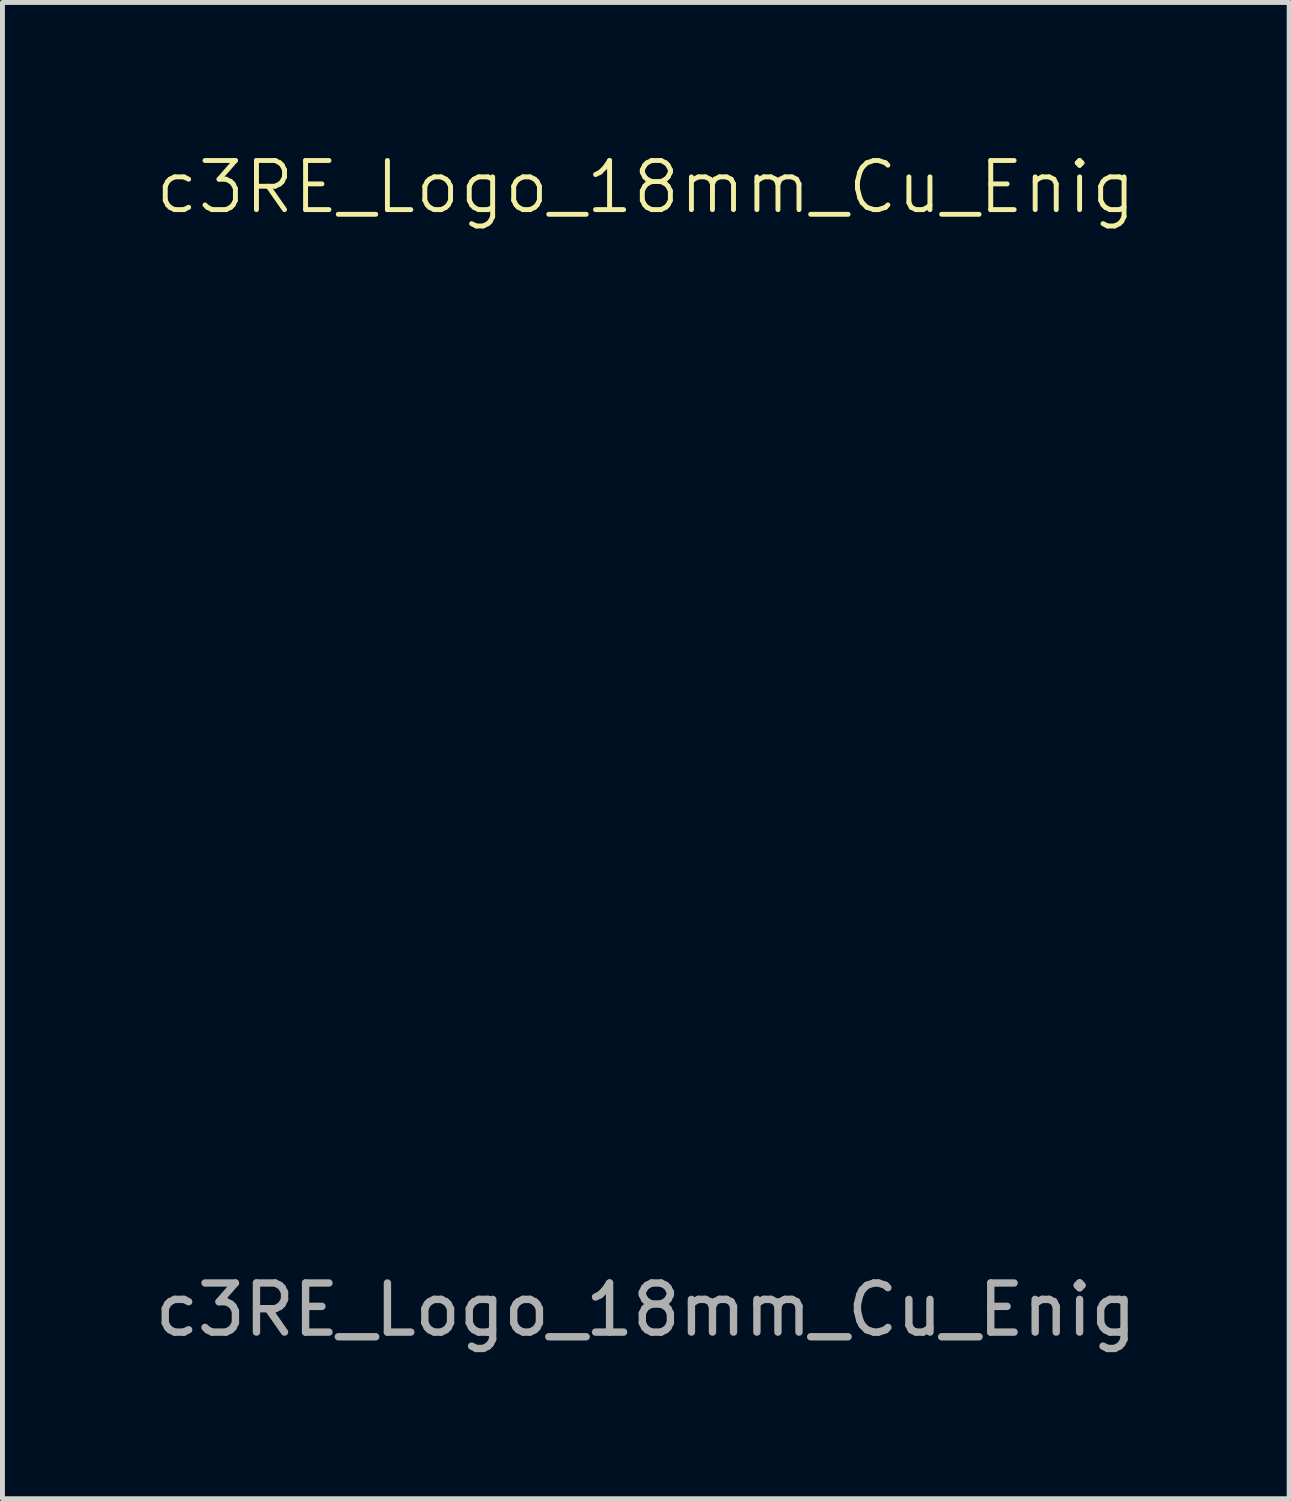
<source format=kicad_pcb>
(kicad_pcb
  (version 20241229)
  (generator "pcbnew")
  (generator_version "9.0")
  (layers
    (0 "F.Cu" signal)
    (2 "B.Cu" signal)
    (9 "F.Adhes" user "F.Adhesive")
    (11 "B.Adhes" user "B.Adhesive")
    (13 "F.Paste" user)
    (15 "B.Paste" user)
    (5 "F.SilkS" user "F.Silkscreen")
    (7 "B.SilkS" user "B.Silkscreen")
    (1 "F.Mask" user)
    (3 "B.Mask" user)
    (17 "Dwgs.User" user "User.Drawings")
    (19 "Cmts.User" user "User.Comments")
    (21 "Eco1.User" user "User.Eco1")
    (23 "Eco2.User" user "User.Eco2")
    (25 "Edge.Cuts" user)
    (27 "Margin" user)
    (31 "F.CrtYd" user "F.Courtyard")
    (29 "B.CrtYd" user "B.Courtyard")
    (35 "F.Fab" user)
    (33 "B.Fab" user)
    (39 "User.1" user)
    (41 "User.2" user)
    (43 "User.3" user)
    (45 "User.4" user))
  (footprint "c3RE_Logo_18mm_Cu_Enig"
    (layer "F.Cu")
    (at 10.101 10.921)
    (property "Reference" "c3RE_Logo_18mm_Cu_Enig" (at 0 -10.16 0) (unlocked yes) (layer "F.SilkS") (effects (font (size 1 1) (thickness 0.1))))
    (attr smd)
    (fp_poly (pts (xy 5.206 0.853) (xy 5.2 0.943) (xy 5.151 1.101) (xy 5.064 1.298) (xy 4.953 1.509) (xy 4.832 1.707) (xy 4.715 1.865) (xy 4.711 1.869) (xy 4.411 2.164) (xy 4.09 2.38) (xy 3.74 2.518) (xy 3.356 2.581) (xy 3.197 2.587) (xy 3.019 2.581) (xy 2.902 2.562) (xy 2.82 2.523) (xy 2.793 2.502) (xy 2.727 2.44) (xy 2.723 2.4) (xy 2.772 2.356) (xy 2.851 2.319) (xy 2.987 2.28) (xy 3.152 2.246) (xy 3.174 2.242) (xy 3.569 2.136) (xy 3.951 1.949) (xy 4.316 1.684) (xy 4.658 1.346) (xy 4.904 1.036) (xy 5.017 0.897) (xy 5.11 0.819) (xy 5.175 0.803)) (stroke (width 0) (type solid)) (fill yes) (layer "F.Mask"))
    (fp_poly (pts (xy 5.369 1.352) (xy 5.411 1.451) (xy 5.419 1.588) (xy 5.416 1.614) (xy 5.352 1.859) (xy 5.232 2.126) (xy 5.07 2.392) (xy 4.882 2.635) (xy 4.683 2.829) (xy 4.58 2.904) (xy 4.365 3.011) (xy 4.125 3.084) (xy 3.892 3.116) (xy 3.732 3.107) (xy 3.602 3.061) (xy 3.529 2.99) (xy 3.52 2.95) (xy 3.557 2.916) (xy 3.657 2.869) (xy 3.8 2.818) (xy 3.834 2.808) (xy 4.057 2.722) (xy 4.265 2.595) (xy 4.466 2.419) (xy 4.673 2.184) (xy 4.894 1.881) (xy 4.96 1.783) (xy 5.077 1.61) (xy 5.178 1.465) (xy 5.255 1.363) (xy 5.297 1.316) (xy 5.301 1.315)) (stroke (width 0) (type solid)) (fill yes) (layer "F.Mask"))
    (fp_poly (pts (xy 4.58 3.193) (xy 4.654 3.423) (xy 4.703 3.716) (xy 4.726 4.052) (xy 4.722 4.414) (xy 4.708 4.605) (xy 4.666 5) (xy 4.62 5.315) (xy 4.568 5.553) (xy 4.509 5.719) (xy 4.44 5.817) (xy 4.361 5.851) (xy 4.269 5.826) (xy 4.226 5.798) (xy 4.195 5.769) (xy 4.18 5.729) (xy 4.182 5.66) (xy 4.202 5.547) (xy 4.242 5.373) (xy 4.26 5.299) (xy 4.345 4.906) (xy 4.401 4.564) (xy 4.425 4.282) (xy 4.417 4.069) (xy 4.412 4.037) (xy 4.387 3.921) (xy 4.363 3.845) (xy 4.356 3.833) (xy 4.319 3.85) (xy 4.247 3.922) (xy 4.153 4.034) (xy 4.048 4.169) (xy 3.945 4.313) (xy 3.856 4.449) (xy 3.795 4.558) (xy 3.724 4.728) (xy 3.662 4.911) (xy 3.643 4.982) (xy 3.595 5.173) (xy 3.552 5.295) (xy 3.508 5.36) (xy 3.455 5.384) (xy 3.435 5.385) (xy 3.352 5.348) (xy 3.3 5.247) (xy 3.277 5.096) (xy 3.285 4.913) (xy 3.324 4.712) (xy 3.394 4.508) (xy 3.409 4.474) (xy 3.474 4.348) (xy 3.571 4.178) (xy 3.686 3.988) (xy 3.769 3.859) (xy 3.88 3.68) (xy 3.976 3.51) (xy 4.045 3.372) (xy 4.072 3.301) (xy 4.111 3.199) (xy 4.175 3.136) (xy 4.292 3.085) (xy 4.308 3.08) (xy 4.501 3.014)) (stroke (width 0) (type solid)) (fill yes) (layer "F.Mask"))
    (fp_poly (pts (xy 5.262 2.886) (xy 5.413 3.149) (xy 5.56 3.343) (xy 5.716 3.481) (xy 5.892 3.576) (xy 5.917 3.586) (xy 6.048 3.629) (xy 6.16 3.64) (xy 6.297 3.624) (xy 6.357 3.612) (xy 6.565 3.575) (xy 6.71 3.566) (xy 6.809 3.586) (xy 6.881 3.636) (xy 6.888 3.644) (xy 6.949 3.747) (xy 6.928 3.832) (xy 6.825 3.901) (xy 6.721 3.935) (xy 6.58 3.958) (xy 6.393 3.968) (xy 6.189 3.967) (xy 5.997 3.956) (xy 5.846 3.934) (xy 5.795 3.919) (xy 5.764 3.926) (xy 5.741 3.983) (xy 5.722 4.103) (xy 5.708 4.25) (xy 5.687 4.449) (xy 5.658 4.645) (xy 5.627 4.8) (xy 5.623 4.815) (xy 5.536 5.069) (xy 5.417 5.308) (xy 5.277 5.518) (xy 5.126 5.688) (xy 4.974 5.803) (xy 4.832 5.851) (xy 4.816 5.852) (xy 4.713 5.844) (xy 4.651 5.824) (xy 4.65 5.823) (xy 4.624 5.769) (xy 4.645 5.695) (xy 4.72 5.592) (xy 4.855 5.45) (xy 4.916 5.391) (xy 5.089 5.212) (xy 5.205 5.048) (xy 5.275 4.877) (xy 5.309 4.672) (xy 5.316 4.41) (xy 5.281 4.039) (xy 5.186 3.674) (xy 5.039 3.339) (xy 4.848 3.055) (xy 4.828 3.032) (xy 4.754 2.942) (xy 4.714 2.883) (xy 4.712 2.871) (xy 4.75 2.84) (xy 4.83 2.768) (xy 4.905 2.699) (xy 5.08 2.536)) (stroke (width 0) (type solid)) (fill yes) (layer "F.Mask"))
    (fp_poly (pts (xy -0.916 -5.001) (xy -0.718 -4.99) (xy -0.581 -4.966) (xy -0.494 -4.922) (xy -0.447 -4.854) (xy -0.428 -4.756) (xy -0.424 -4.647) (xy -0.414 -4.491) (xy -0.374 -4.374) (xy -0.297 -4.262) (xy -0.232 -4.173) (xy -0.194 -4.091) (xy -0.176 -3.989) (xy -0.17 -3.84) (xy -0.17 -3.765) (xy -0.169 -3.597) (xy -0.176 -3.472) (xy -0.199 -3.383) (xy -0.251 -3.324) (xy -0.342 -3.288) (xy -0.482 -3.271) (xy -0.683 -3.265) (xy -0.955 -3.265) (xy -1.042 -3.265) (xy -1.321 -3.266) (xy -1.527 -3.269) (xy -1.671 -3.275) (xy -1.765 -3.285) (xy -1.82 -3.301) (xy -1.847 -3.323) (xy -1.853 -3.334) (xy -1.869 -3.413) (xy -1.844 -3.47) (xy -1.767 -3.511) (xy -1.629 -3.538) (xy -1.42 -3.556) (xy -1.293 -3.562) (xy -1.053 -3.575) (xy -0.887 -3.596) (xy -0.784 -3.628) (xy -0.732 -3.677) (xy -0.722 -3.749) (xy -0.737 -3.831) (xy -0.76 -3.896) (xy -0.804 -3.93) (xy -0.893 -3.942) (xy -0.993 -3.944) (xy -1.17 -3.961) (xy -1.302 -4.008) (xy -1.379 -4.077) (xy -1.385 -4.161) (xy -1.374 -4.185) (xy -1.317 -4.234) (xy -1.207 -4.266) (xy -1.06 -4.283) (xy -0.878 -4.309) (xy -0.77 -4.357) (xy -0.726 -4.435) (xy -0.736 -4.551) (xy -0.737 -4.552) (xy -0.765 -4.664) (xy -1.207 -4.664) (xy -1.474 -4.67) (xy -1.666 -4.69) (xy -1.79 -4.724) (xy -1.853 -4.775) (xy -1.866 -4.825) (xy -1.857 -4.892) (xy -1.823 -4.941) (xy -1.752 -4.973) (xy -1.631 -4.992) (xy -1.45 -5.001) (xy -1.196 -5.004) (xy -1.188 -5.004)) (stroke (width 0) (type solid)) (fill yes) (layer "F.Mask"))
    (fp_poly (pts (xy 3.242 -3.256) (xy 3.516 -3.25) (xy 3.717 -3.244) (xy 3.858 -3.235) (xy 3.95 -3.222) (xy 4.006 -3.205) (xy 4.037 -3.18) (xy 4.045 -3.17) (xy 4.069 -3.078) (xy 4.045 -3.021) (xy 4.019 -2.994) (xy 3.971 -2.973) (xy 3.89 -2.958) (xy 3.763 -2.946) (xy 3.579 -2.937) (xy 3.325 -2.928) (xy 3.246 -2.926) (xy 2.974 -2.917) (xy 2.775 -2.909) (xy 2.635 -2.898) (xy 2.542 -2.884) (xy 2.485 -2.865) (xy 2.449 -2.84) (xy 2.435 -2.822) (xy 2.379 -2.681) (xy 2.402 -2.534) (xy 2.435 -2.478) (xy 2.463 -2.449) (xy 2.506 -2.426) (xy 2.576 -2.41) (xy 2.687 -2.398) (xy 2.849 -2.388) (xy 3.075 -2.38) (xy 3.272 -2.375) (xy 3.546 -2.367) (xy 3.747 -2.36) (xy 3.886 -2.351) (xy 3.976 -2.34) (xy 4.027 -2.323) (xy 4.052 -2.301) (xy 4.061 -2.27) (xy 4.063 -2.256) (xy 4.067 -2.174) (xy 4.045 -2.115) (xy 3.986 -2.076) (xy 3.878 -2.052) (xy 3.71 -2.04) (xy 3.472 -2.036) (xy 3.394 -2.035) (xy 3.156 -2.034) (xy 2.989 -2.029) (xy 2.876 -2.019) (xy 2.805 -2.002) (xy 2.76 -1.975) (xy 2.742 -1.958) (xy 2.682 -1.84) (xy 2.68 -1.706) (xy 2.737 -1.594) (xy 2.738 -1.593) (xy 2.781 -1.565) (xy 2.854 -1.546) (xy 2.971 -1.534) (xy 3.146 -1.528) (xy 3.387 -1.527) (xy 3.665 -1.523) (xy 3.862 -1.512) (xy 3.981 -1.494) (xy 4.02 -1.476) (xy 4.066 -1.38) (xy 4.057 -1.272) (xy 3.995 -1.192) (xy 3.989 -1.189) (xy 3.917 -1.173) (xy 3.776 -1.16) (xy 3.577 -1.151) (xy 3.337 -1.146) (xy 3.202 -1.145) (xy 2.497 -1.145) (xy 2.266 -1.363) (xy 2.035 -1.581) (xy 2.035 -2.202) (xy 2.035 -2.823) (xy 2.26 -3.045) (xy 2.485 -3.267)) (stroke (width 0) (type solid)) (fill yes) (layer "F.Mask"))
    (fp_poly (pts (xy 1.469 -3.038) (xy 1.696 -2.812) (xy 1.696 -2.524) (xy 1.7 -2.365) (xy 1.717 -2.26) (xy 1.757 -2.177) (xy 1.833 -2.086) (xy 1.845 -2.072) (xy 1.924 -1.978) (xy 1.969 -1.896) (xy 1.988 -1.796) (xy 1.993 -1.647) (xy 1.993 -1.618) (xy 1.988 -1.451) (xy 1.97 -1.344) (xy 1.932 -1.276) (xy 1.909 -1.252) (xy 1.843 -1.203) (xy 1.786 -1.206) (xy 1.718 -1.246) (xy 1.661 -1.292) (xy 1.629 -1.349) (xy 1.615 -1.443) (xy 1.611 -1.596) (xy 1.611 -1.609) (xy 1.606 -1.786) (xy 1.583 -1.905) (xy 1.526 -1.979) (xy 1.424 -2.018) (xy 1.261 -2.033) (xy 1.078 -2.035) (xy 0.848 -2.03) (xy 0.689 -2.006) (xy 0.589 -1.954) (xy 0.534 -1.864) (xy 0.512 -1.726) (xy 0.508 -1.601) (xy 0.503 -1.431) (xy 0.484 -1.323) (xy 0.443 -1.254) (xy 0.369 -1.203) (xy 0.353 -1.194) (xy 0.202 -1.148) (xy 0.061 -1.182) (xy -0.015 -1.233) (xy -0.127 -1.321) (xy -0.127 -2.223) (xy -0.127 -2.524) (xy -0.125 -2.676) (xy 0.262 -2.676) (xy 0.266 -2.531) (xy 0.302 -2.456) (xy 0.305 -2.454) (xy 0.378 -2.434) (xy 0.51 -2.422) (xy 0.678 -2.417) (xy 0.859 -2.419) (xy 1.03 -2.427) (xy 1.169 -2.441) (xy 1.253 -2.461) (xy 1.264 -2.468) (xy 1.301 -2.551) (xy 1.313 -2.672) (xy 1.297 -2.789) (xy 1.279 -2.832) (xy 1.237 -2.857) (xy 1.144 -2.872) (xy 0.988 -2.877) (xy 0.76 -2.874) (xy 0.276 -2.862) (xy 0.262 -2.676) (xy -0.125 -2.676) (xy -0.124 -2.752) (xy -0.119 -2.918) (xy -0.111 -3.033) (xy -0.098 -3.11) (xy -0.08 -3.158) (xy -0.055 -3.19) (xy -0.05 -3.195) (xy -0.005 -3.223) (xy 0.064 -3.243) (xy 0.173 -3.256) (xy 0.334 -3.263) (xy 0.563 -3.265) (xy 0.635 -3.265) (xy 1.243 -3.265)) (stroke (width 0) (type solid)) (fill yes) (layer "F.Mask"))
    (fp_poly (pts (xy 0.894 -8.947) (xy 1.75 -8.824) (xy 2.585 -8.62) (xy 3.394 -8.337) (xy 4.173 -7.979) (xy 4.915 -7.546) (xy 5.618 -7.04) (xy 6.276 -6.464) (xy 6.291 -6.45) (xy 6.881 -5.822) (xy 7.401 -5.149) (xy 7.852 -4.437) (xy 8.231 -3.692) (xy 8.539 -2.918) (xy 8.773 -2.122) (xy 8.933 -1.309) (xy 9.018 -0.484) (xy 9.027 0.346) (xy 8.959 1.177) (xy 8.814 2.003) (xy 8.589 2.818) (xy 8.285 3.617) (xy 8.125 3.963) (xy 7.705 4.727) (xy 7.221 5.44) (xy 6.675 6.098) (xy 6.074 6.697) (xy 5.42 7.236) (xy 4.719 7.711) (xy 3.974 8.119) (xy 3.191 8.456) (xy 2.373 8.721) (xy 1.524 8.909) (xy 0.954 8.989) (xy 0.707 9.009) (xy 0.401 9.021) (xy 0.064 9.025) (xy -0.28 9.022) (xy -0.603 9.012) (xy -0.879 8.995) (xy -0.975 8.985) (xy -1.825 8.847) (xy -2.654 8.629) (xy -3.455 8.334) (xy -4.224 7.967) (xy -4.956 7.529) (xy -5.644 7.024) (xy -6.283 6.456) (xy -6.869 5.828) (xy -7.395 5.142) (xy -7.515 4.966) (xy -7.951 4.23) (xy -8.311 3.462) (xy -8.595 2.667) (xy -8.802 1.851) (xy -8.933 1.021) (xy -8.987 0.182) (xy -8.975 -0.221) (xy -8.642 -0.221) (xy -8.628 0.599) (xy -8.536 1.407) (xy -8.369 2.2) (xy -8.129 2.972) (xy -7.818 3.719) (xy -7.437 4.435) (xy -6.989 5.115) (xy -6.474 5.755) (xy -5.896 6.349) (xy -5.255 6.893) (xy -4.554 7.381) (xy -4.449 7.446) (xy -3.76 7.82) (xy -3.02 8.134) (xy -2.242 8.384) (xy -1.441 8.565) (xy -0.869 8.649) (xy -0.589 8.67) (xy -0.248 8.678) (xy 0.129 8.674) (xy 0.519 8.659) (xy 0.899 8.634) (xy 1.245 8.599) (xy 1.484 8.564) (xy 2.317 8.378) (xy 3.118 8.116) (xy 3.882 7.781) (xy 4.607 7.376) (xy 5.286 6.906) (xy 5.916 6.374) (xy 6.494 5.784) (xy 7.014 5.139) (xy 7.473 4.442) (xy 7.865 3.699) (xy 8.188 2.911) (xy 8.249 2.735) (xy 8.475 1.92) (xy 8.619 1.096) (xy 8.683 0.268) (xy 8.667 -0.558) (xy 8.573 -1.375) (xy 8.402 -2.179) (xy 8.156 -2.964) (xy 7.837 -3.723) (xy 7.444 -4.451) (xy 6.981 -5.143) (xy 6.447 -5.792) (xy 6.176 -6.077) (xy 5.55 -6.65) (xy 4.884 -7.151) (xy 4.185 -7.579) (xy 3.457 -7.936) (xy 2.705 -8.22) (xy 1.936 -8.432) (xy 1.153 -8.572) (xy 0.364 -8.639) (xy -0.428 -8.635) (xy -1.217 -8.558) (xy -1.998 -8.409) (xy -2.765 -8.187) (xy -3.513 -7.894) (xy -4.237 -7.528) (xy -4.932 -7.09) (xy -5.592 -6.579) (xy -6.106 -6.104) (xy -6.683 -5.471) (xy -7.185 -4.799) (xy -7.614 -4.084) (xy -7.973 -3.323) (xy -8.206 -2.693) (xy -8.433 -1.871) (xy -8.578 -1.046) (xy -8.642 -0.221) (xy -8.975 -0.221) (xy -8.963 -0.658) (xy -8.861 -1.495) (xy -8.68 -2.321) (xy -8.421 -3.131) (xy -8.083 -3.918) (xy -8.082 -3.92) (xy -7.664 -4.683) (xy -7.181 -5.393) (xy -6.639 -6.048) (xy -6.042 -6.646) (xy -5.395 -7.182) (xy -4.702 -7.655) (xy -3.968 -8.06) (xy -3.198 -8.397) (xy -2.396 -8.661) (xy -1.567 -8.849) (xy -0.716 -8.959) (xy 0.021 -8.989)) (stroke (width 0) (type solid)) (fill yes) (layer "F.Mask"))
    (fp_poly (pts (xy -1.421 -2.587) (xy -1.206 -2.372) (xy -1.044 -2.207) (xy -0.927 -2.083) (xy -0.848 -1.991) (xy -0.8 -1.92) (xy -0.775 -1.862) (xy -0.765 -1.806) (xy -0.763 -1.748) (xy -0.795 -1.563) (xy -0.888 -1.436) (xy -1.042 -1.368) (xy -1.165 -1.357) (xy -1.255 -1.361) (xy -1.33 -1.379) (xy -1.408 -1.422) (xy -1.506 -1.501) (xy -1.643 -1.626) (xy -1.686 -1.667) (xy -1.796 -1.774) (xy -1.887 -1.863) (xy -1.968 -1.935) (xy -2.046 -1.993) (xy -2.131 -2.037) (xy -2.232 -2.07) (xy -2.357 -2.093) (xy -2.515 -2.108) (xy -2.715 -2.117) (xy -2.965 -2.121) (xy -3.275 -2.121) (xy -3.653 -2.121) (xy -4.065 -2.12) (xy -5.905 -2.12) (xy -6.091 -1.935) (xy -6.276 -1.75) (xy -6.276 -1.3) (xy -6.276 -0.85) (xy -6.027 -0.563) (xy -5.899 -0.419) (xy -5.778 -0.287) (xy -5.683 -0.189) (xy -5.662 -0.17) (xy -5.567 -0.062) (xy -5.474 0.073) (xy -5.456 0.106) (xy -5.425 0.17) (xy -5.402 0.239) (xy -5.385 0.326) (xy -5.372 0.445) (xy -5.364 0.609) (xy -5.357 0.829) (xy -5.351 1.12) (xy -5.351 1.166) (xy -5.345 1.481) (xy -5.337 1.722) (xy -5.324 1.903) (xy -5.301 2.035) (xy -5.265 2.131) (xy -5.211 2.201) (xy -5.137 2.259) (xy -5.038 2.317) (xy -4.982 2.347) (xy -4.928 2.374) (xy -4.87 2.395) (xy -4.797 2.412) (xy -4.7 2.424) (xy -4.566 2.433) (xy -4.386 2.44) (xy -4.149 2.445) (xy -3.844 2.449) (xy -3.626 2.452) (xy -3.193 2.455) (xy -2.844 2.453) (xy -2.576 2.446) (xy -2.389 2.435) (xy -2.28 2.419) (xy -2.276 2.417) (xy -2.147 2.353) (xy -1.971 2.223) (xy -1.75 2.03) (xy -1.731 2.011) (xy -1.537 1.837) (xy -1.384 1.722) (xy -1.257 1.66) (xy -1.142 1.647) (xy -1.024 1.675) (xy -0.936 1.716) (xy -0.835 1.786) (xy -0.782 1.88) (xy -0.764 2.024) (xy -0.764 2.071) (xy -0.769 2.127) (xy -0.786 2.184) (xy -0.825 2.252) (xy -0.892 2.339) (xy -0.995 2.456) (xy -1.141 2.611) (xy -1.337 2.815) (xy -1.39 2.869) (xy -1.599 3.083) (xy -1.759 3.245) (xy -1.882 3.361) (xy -1.976 3.442) (xy -2.053 3.494) (xy -2.122 3.527) (xy -2.193 3.548) (xy -2.239 3.558) (xy -2.35 3.572) (xy -2.533 3.583) (xy -2.774 3.592) (xy -3.061 3.598) (xy -3.384 3.602) (xy -3.729 3.604) (xy -4.085 3.604) (xy -4.439 3.601) (xy -4.781 3.596) (xy -5.097 3.59) (xy -5.376 3.581) (xy -5.605 3.57) (xy -5.774 3.557) (xy -5.867 3.543) (xy -5.945 3.518) (xy -6.022 3.479) (xy -6.11 3.419) (xy -6.218 3.329) (xy -6.358 3.2) (xy -6.539 3.024) (xy -6.686 2.878) (xy -6.877 2.686) (xy -7.049 2.508) (xy -7.193 2.353) (xy -7.299 2.234) (xy -7.356 2.161) (xy -7.36 2.154) (xy -7.376 2.081) (xy -7.39 1.935) (xy -7.401 1.725) (xy -7.411 1.462) (xy -7.418 1.158) (xy -7.423 0.823) (xy -7.427 0.467) (xy -7.427 0.103) (xy -7.426 -0.261) (xy -7.423 -0.612) (xy -7.417 -0.941) (xy -7.409 -1.235) (xy -7.399 -1.486) (xy -7.387 -1.681) (xy -7.373 -1.81) (xy -7.361 -1.857) (xy -7.302 -1.939) (xy -7.195 -2.062) (xy -7.051 -2.215) (xy -6.881 -2.388) (xy -6.697 -2.569) (xy -6.51 -2.747) (xy -6.332 -2.91) (xy -6.175 -3.048) (xy -6.051 -3.15) (xy -5.97 -3.204) (xy -5.958 -3.209) (xy -5.89 -3.216) (xy -5.746 -3.223) (xy -5.536 -3.229) (xy -5.269 -3.234) (xy -4.955 -3.239) (xy -4.603 -3.242) (xy -4.221 -3.244) (xy -3.955 -3.244) (xy -2.079 -3.244)) (stroke (width 0) (type solid)) (fill yes) (layer "F.Mask"))
    (fp_poly (pts (xy -4.457 -1.989) (xy -4.345 -1.966) (xy -4.235 -1.929) (xy -4.154 -1.885) (xy -4.147 -1.88) (xy -4.092 -1.82) (xy -3.998 -1.705) (xy -3.877 -1.549) (xy -3.738 -1.367) (xy -3.664 -1.268) (xy -3.406 -0.934) (xy -3.183 -0.673) (xy -2.992 -0.483) (xy -2.83 -0.361) (xy -2.767 -0.327) (xy -2.715 -0.315) (xy -2.618 -0.304) (xy -2.47 -0.296) (xy -2.265 -0.289) (xy -2 -0.283) (xy -1.668 -0.279) (xy -1.265 -0.277) (xy -0.785 -0.275) (xy -0.466 -0.275) (xy 0.049 -0.274) (xy 0.488 -0.273) (xy 0.857 -0.27) (xy 1.166 -0.266) (xy 1.422 -0.258) (xy 1.632 -0.247) (xy 1.806 -0.233) (xy 1.951 -0.214) (xy 2.074 -0.19) (xy 2.184 -0.161) (xy 2.289 -0.126) (xy 2.397 -0.084) (xy 2.448 -0.062) (xy 2.606 0.004) (xy 2.485 -0.122) (xy 2.3 -0.263) (xy 2.048 -0.376) (xy 1.743 -0.453) (xy 1.668 -0.465) (xy 1.558 -0.475) (xy 1.376 -0.484) (xy 1.132 -0.492) (xy 0.839 -0.499) (xy 0.508 -0.504) (xy 0.151 -0.507) (xy -0.191 -0.509) (xy -0.638 -0.51) (xy -1.008 -0.513) (xy -1.311 -0.518) (xy -1.554 -0.525) (xy -1.746 -0.535) (xy -1.895 -0.548) (xy -2.01 -0.564) (xy -2.052 -0.572) (xy -2.355 -0.654) (xy -2.578 -0.753) (xy -2.718 -0.869) (xy -2.758 -0.937) (xy -2.789 -1.07) (xy -2.804 -1.263) (xy -2.802 -1.492) (xy -2.783 -1.734) (xy -2.776 -1.792) (xy -2.756 -1.913) (xy -2.726 -1.972) (xy -2.669 -1.991) (xy -2.609 -1.993) (xy -2.528 -1.985) (xy -2.474 -1.951) (xy -2.441 -1.878) (xy -2.424 -1.751) (xy -2.418 -1.558) (xy -2.418 -1.483) (xy -2.414 -1.321) (xy -2.398 -1.19) (xy -2.362 -1.087) (xy -2.298 -1.01) (xy -2.196 -0.954) (xy -2.049 -0.917) (xy -1.849 -0.894) (xy -1.588 -0.883) (xy -1.256 -0.881) (xy -0.933 -0.882) (xy -0.283 -0.883) (xy 0.288 -0.873) (xy 0.786 -0.851) (xy 1.215 -0.818) (xy 1.582 -0.773) (xy 1.89 -0.716) (xy 2.146 -0.645) (xy 2.356 -0.561) (xy 2.377 -0.55) (xy 2.616 -0.392) (xy 2.852 -0.169) (xy 3.066 0.1) (xy 3.164 0.254) (xy 3.247 0.391) (xy 3.31 0.491) (xy 3.346 0.538) (xy 3.35 0.538) (xy 3.325 0.456) (xy 3.256 0.318) (xy 3.151 0.139) (xy 3.017 -0.07) (xy 2.861 -0.295) (xy 2.772 -0.417) (xy 2.644 -0.593) (xy 2.537 -0.745) (xy 2.459 -0.862) (xy 2.42 -0.928) (xy 2.417 -0.937) (xy 2.451 -0.973) (xy 2.534 -0.976) (xy 2.643 -0.949) (xy 2.751 -0.897) (xy 2.796 -0.865) (xy 2.889 -0.767) (xy 3.012 -0.611) (xy 3.153 -0.413) (xy 3.301 -0.19) (xy 3.444 0.042) (xy 3.573 0.265) (xy 3.673 0.459) (xy 3.768 0.646) (xy 3.834 0.758) (xy 3.877 0.797) (xy 3.897 0.766) (xy 3.9 0.71) (xy 3.872 0.57) (xy 3.792 0.364) (xy 3.659 0.094) (xy 3.473 -0.24) (xy 3.38 -0.4) (xy 3.266 -0.593) (xy 3.169 -0.762) (xy 3.097 -0.891) (xy 3.058 -0.968) (xy 3.053 -0.983) (xy 3.084 -1.021) (xy 3.164 -1.016) (xy 3.273 -0.975) (xy 3.394 -0.905) (xy 3.506 -0.813) (xy 3.508 -0.811) (xy 3.585 -0.713) (xy 3.685 -0.556) (xy 3.797 -0.36) (xy 3.912 -0.142) (xy 4.018 0.077) (xy 4.107 0.278) (xy 4.134 0.35) (xy 4.184 0.465) (xy 4.227 0.538) (xy 4.245 0.551) (xy 4.295 0.515) (xy 4.306 0.411) (xy 4.281 0.248) (xy 4.22 0.033) (xy 4.199 -0.028) (xy 4.113 -0.269) (xy 4.052 -0.442) (xy 4.014 -0.56) (xy 3.995 -0.635) (xy 3.991 -0.68) (xy 4 -0.707) (xy 4.018 -0.727) (xy 4.019 -0.728) (xy 4.077 -0.75) (xy 4.166 -0.711) (xy 4.177 -0.704) (xy 4.306 -0.584) (xy 4.417 -0.402) (xy 4.517 -0.147) (xy 4.54 -0.074) (xy 4.586 0.067) (xy 4.627 0.169) (xy 4.655 0.212) (xy 4.656 0.212) (xy 4.699 0.18) (xy 4.741 0.125) (xy 4.826 0.056) (xy 4.889 0.05) (xy 4.947 0.069) (xy 4.971 0.12) (xy 4.972 0.226) (xy 4.971 0.249) (xy 4.974 0.386) (xy 5.01 0.468) (xy 5.033 0.488) (xy 5.071 0.563) (xy 5.05 0.679) (xy 4.98 0.825) (xy 4.87 0.989) (xy 4.728 1.161) (xy 4.563 1.33) (xy 4.385 1.484) (xy 4.202 1.613) (xy 4.071 1.684) (xy 3.81 1.789) (xy 3.544 1.868) (xy 3.283 1.92) (xy 3.04 1.944) (xy 2.829 1.94) (xy 2.662 1.907) (xy 2.55 1.844) (xy 2.51 1.772) (xy 2.523 1.708) (xy 2.592 1.657) (xy 2.727 1.614) (xy 2.935 1.577) (xy 3.043 1.564) (xy 3.497 1.48) (xy 3.888 1.346) (xy 4.212 1.164) (xy 4.425 0.982) (xy 4.47 0.932) (xy 4.478 0.909) (xy 4.443 0.916) (xy 4.353 0.955) (xy 4.201 1.03) (xy 4.103 1.079) (xy 3.782 1.227) (xy 3.501 1.325) (xy 3.234 1.379) (xy 2.957 1.395) (xy 2.79 1.39) (xy 2.53 1.364) (xy 2.347 1.319) (xy 2.232 1.252) (xy 2.179 1.164) (xy 2.171 1.137) (xy 2.155 1.116) (xy 2.122 1.099) (xy 2.063 1.086) (xy 1.97 1.075) (xy 1.832 1.067) (xy 1.642 1.059) (xy 1.39 1.051) (xy 1.068 1.043) (xy 0.855 1.038) (xy 0.25 1.027) (xy -0.315 1.024) (xy -0.833 1.03) (xy -1.293 1.044) (xy -1.687 1.065) (xy -2.007 1.095) (xy -2.026 1.097) (xy -2.193 1.123) (xy -2.307 1.161) (xy -2.379 1.228) (xy -2.419 1.336) (xy -2.436 1.502) (xy -2.44 1.714) (xy -2.446 1.953) (xy -2.465 2.119) (xy -2.502 2.222) (xy -2.56 2.273) (xy -2.644 2.283) (xy -2.666 2.281) (xy -2.745 2.242) (xy -2.799 2.142) (xy -2.829 1.976) (xy -2.836 1.736) (xy -2.832 1.59) (xy -2.81 1.343) (xy -2.764 1.163) (xy -2.687 1.031) (xy -2.57 0.932) (xy -2.528 0.907) (xy -2.449 0.867) (xy -2.358 0.834) (xy -2.249 0.806) (xy -2.114 0.783) (xy -1.946 0.764) (xy -1.738 0.749) (xy -1.483 0.738) (xy -1.175 0.73) (xy -0.805 0.725) (xy -0.368 0.721) (xy 0.144 0.72) (xy 0.373 0.72) (xy 0.89 0.719) (xy 1.325 0.716) (xy 1.681 0.713) (xy 1.961 0.707) (xy 2.17 0.699) (xy 2.308 0.69) (xy 2.38 0.677) (xy 2.389 0.662) (xy 2.337 0.644) (xy 2.228 0.623) (xy 2.064 0.599) (xy 2.029 0.594) (xy 1.906 0.582) (xy 1.714 0.571) (xy 1.462 0.56) (xy 1.161 0.549) (xy 0.822 0.538) (xy 0.454 0.529) (xy 0.068 0.52) (xy -0.324 0.513) (xy -0.714 0.506) (xy -1.091 0.501) (xy -1.444 0.498) (xy -1.762 0.497) (xy -2.036 0.498) (xy -2.255 0.501) (xy -2.409 0.506) (xy -2.481 0.513) (xy -2.651 0.552) (xy -2.805 0.608) (xy -2.952 0.687) (xy -3.102 0.798) (xy -3.265 0.948) (xy -3.45 1.146) (xy -3.667 1.399) (xy -3.875 1.654) (xy -4.031 1.845) (xy -4.172 2.016) (xy -4.289 2.153) (xy -4.37 2.246) (xy -4.403 2.279) (xy -4.488 2.317) (xy -4.597 2.331) (xy -4.69 2.319) (xy -4.724 2.296) (xy -4.714 2.239) (xy -4.656 2.129) (xy -4.558 1.975) (xy -4.427 1.789) (xy -4.271 1.579) (xy -4.099 1.358) (xy -3.918 1.134) (xy -3.736 0.918) (xy -3.56 0.721) (xy -3.435 0.589) (xy -3.353 0.506) (xy -3.28 0.436) (xy -3.208 0.376) (xy -3.13 0.328) (xy -3.038 0.288) (xy -2.925 0.257) (xy -2.785 0.234) (xy -2.608 0.216) (xy -2.39 0.205) (xy -2.121 0.197) (xy -1.795 0.194) (xy -1.404 0.192) (xy -0.942 0.192) (xy -0.53 0.192) (xy 0.008 0.193) (xy 0.468 0.196) (xy 0.86 0.2) (xy 1.191 0.206) (xy 1.469 0.215) (xy 1.701 0.226) (xy 1.896 0.241) (xy 2.061 0.259) (xy 2.205 0.281) (xy 2.335 0.307) (xy 2.406 0.324) (xy 2.485 0.336) (xy 2.497 0.319) (xy 2.452 0.28) (xy 2.357 0.228) (xy 2.224 0.169) (xy 2.215 0.165) (xy 2.158 0.144) (xy 2.101 0.127) (xy 2.034 0.112) (xy 1.952 0.099) (xy 1.845 0.088) (xy 1.707 0.079) (xy 1.53 0.071) (xy 1.307 0.064) (xy 1.029 0.057) (xy 0.69 0.05) (xy 0.282 0.043) (xy -0.203 0.035) (xy -0.233 0.035) (xy -0.668 0.027) (xy -1.085 0.019) (xy -1.475 0.011) (xy -1.828 0.003) (xy -2.137 -0.005) (xy -2.39 -0.012) (xy -2.58 -0.019) (xy -2.697 -0.024) (xy -2.714 -0.025) (xy -2.989 -0.049) (xy -3.286 -0.355) (xy -3.387 -0.464) (xy -3.517 -0.615) (xy -3.669 -0.795) (xy -3.833 -0.994) (xy -4 -1.2) (xy -4.161 -1.403) (xy -4.308 -1.591) (xy -4.432 -1.753) (xy -4.523 -1.878) (xy -4.573 -1.955) (xy -4.58 -1.972) (xy -4.545 -1.993)) (stroke (width 0) (type solid)) (fill yes) (layer "F.Mask"))
    (fp_text user "${REFERENCE}" (at 0 12.7 0) (unlocked yes) (layer "F.Fab") (effects (font (size 1 1) (thickness 0.15)))))
  (gr_rect
    (start -3 -3)
    (end 23.202 27.469)
    (stroke (width 0.1) (type default))
    (fill no)
    (layer "Edge.Cuts")))
</source>
